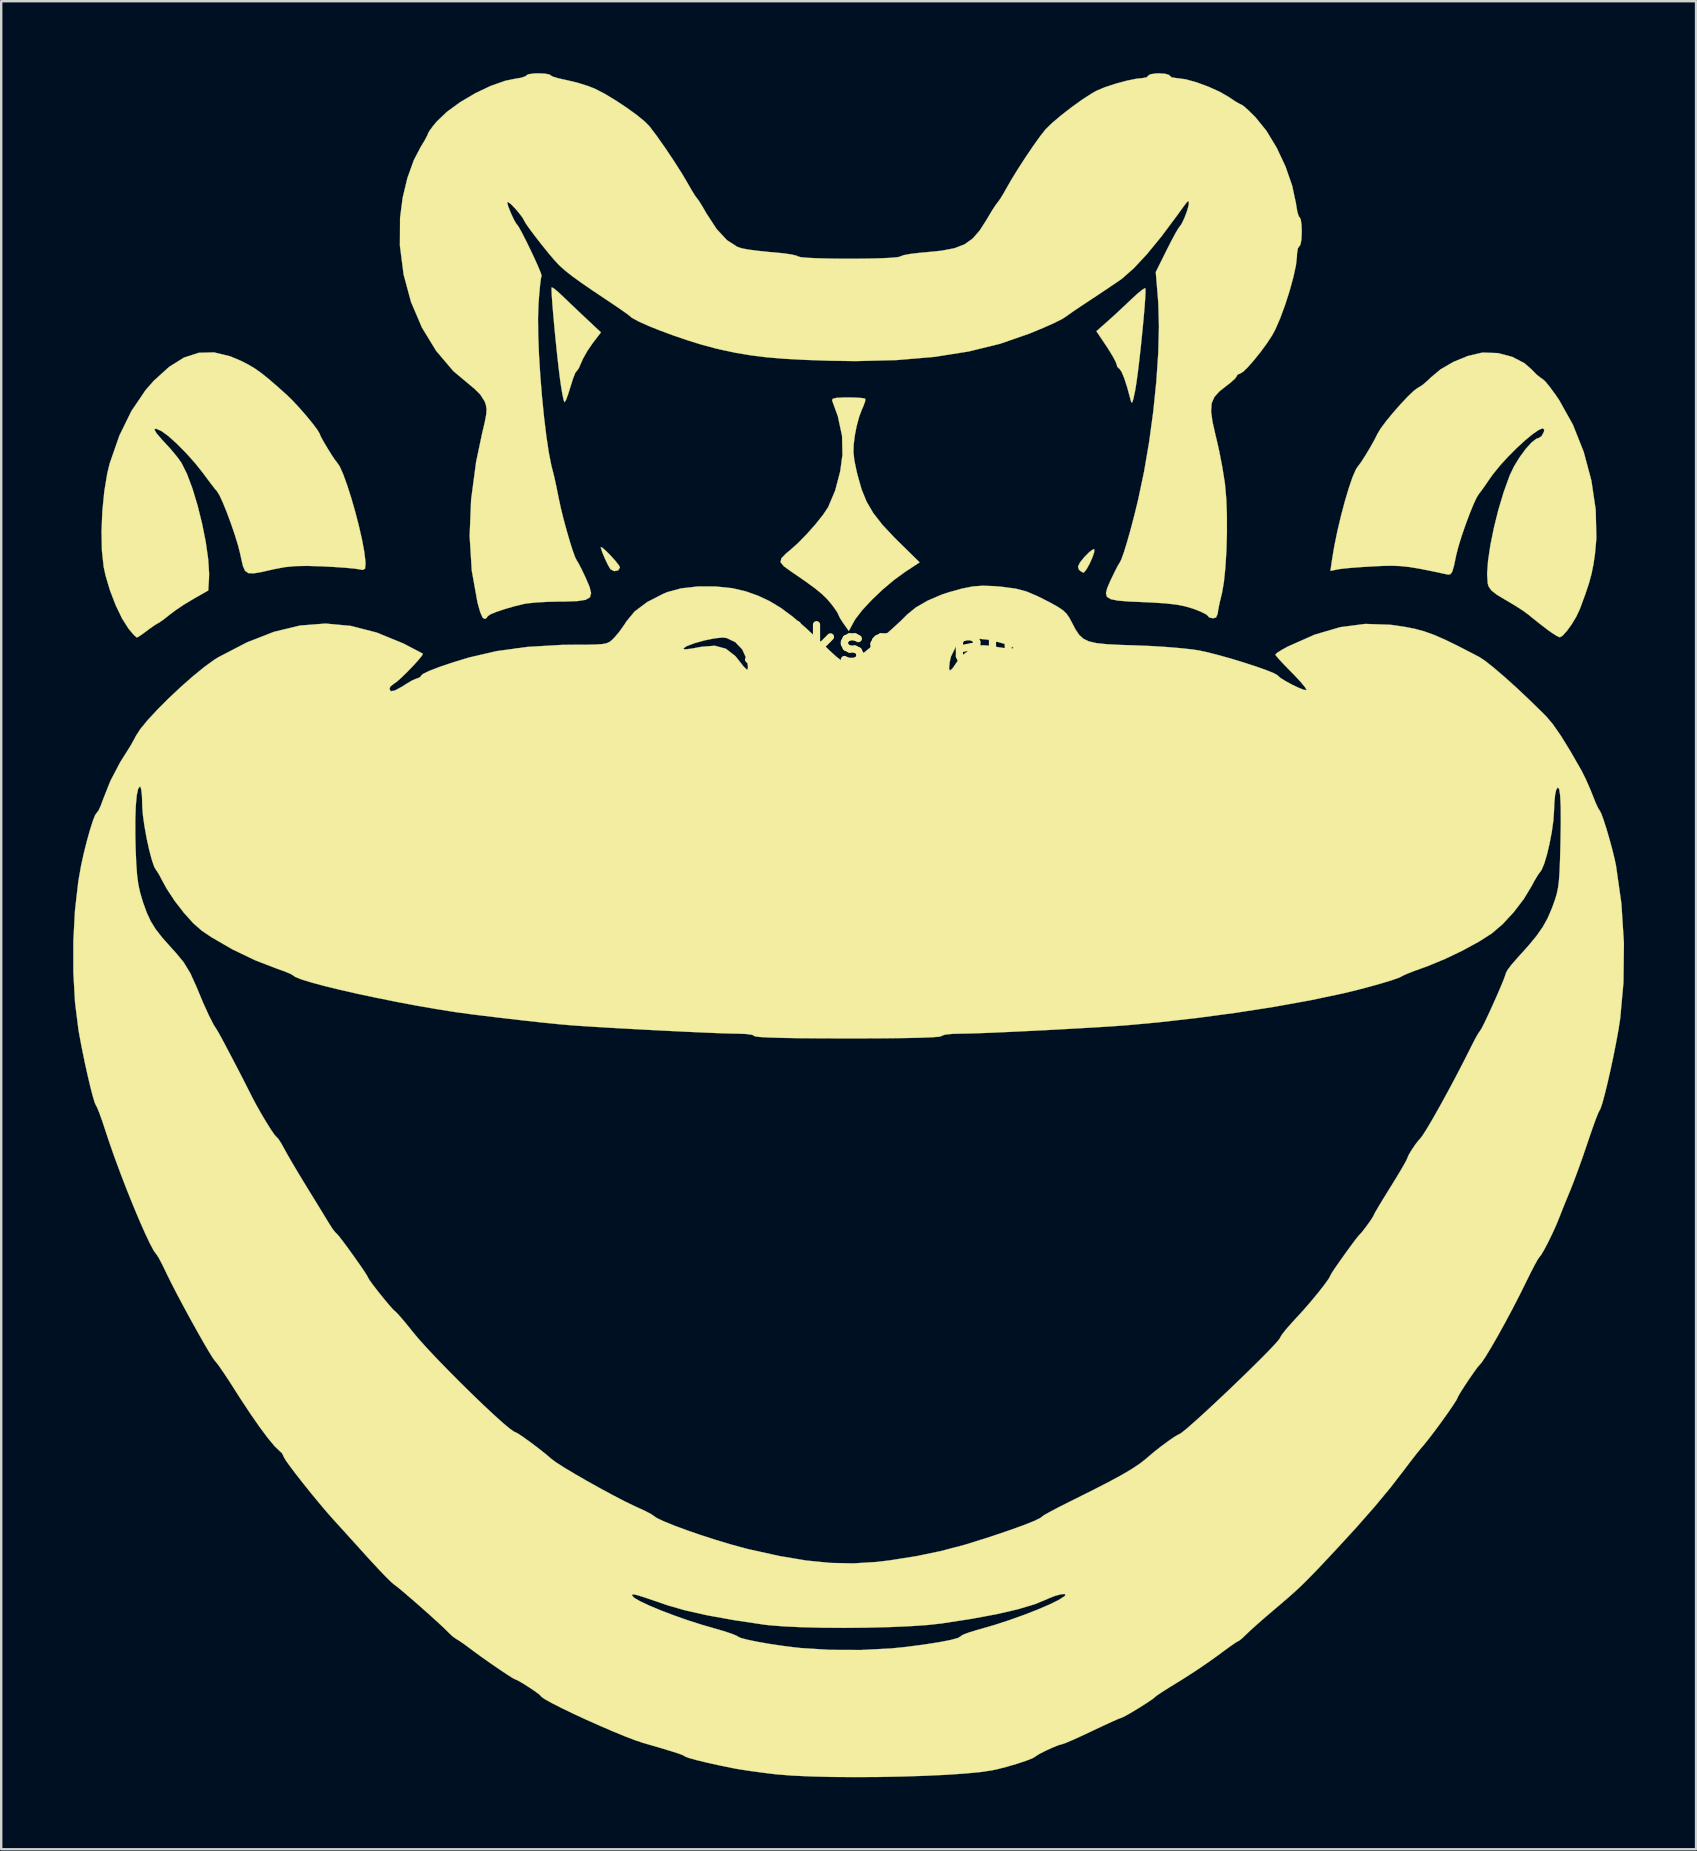
<source format=kicad_pcb>
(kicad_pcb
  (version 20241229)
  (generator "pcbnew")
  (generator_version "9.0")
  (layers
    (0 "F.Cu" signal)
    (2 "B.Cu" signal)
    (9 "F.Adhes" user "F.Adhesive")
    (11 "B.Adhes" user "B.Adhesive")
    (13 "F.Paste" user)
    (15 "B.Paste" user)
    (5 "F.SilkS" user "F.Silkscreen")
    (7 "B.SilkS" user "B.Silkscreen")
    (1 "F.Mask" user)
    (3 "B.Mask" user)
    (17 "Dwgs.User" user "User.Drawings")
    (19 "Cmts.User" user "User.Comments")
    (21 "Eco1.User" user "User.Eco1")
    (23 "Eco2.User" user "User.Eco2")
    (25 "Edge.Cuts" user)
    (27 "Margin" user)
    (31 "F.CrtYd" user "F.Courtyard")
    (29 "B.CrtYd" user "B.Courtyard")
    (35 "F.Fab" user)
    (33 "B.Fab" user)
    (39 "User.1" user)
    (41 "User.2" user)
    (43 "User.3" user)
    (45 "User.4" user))
  (footprint "silkscreen"
    (layer "F.Cu")
    (at 33.575 23.805)
    (property "Reference" "silkscreen" (at 0 0 0) (layer "F.SilkS") (effects (font (size 1.524 1.524) (thickness 0.3))))
    (attr through_hole)
    (fp_poly (pts (xy -11.538 -4.042) (xy -11.378 -3.902) (xy -11.2 -3.724) (xy -10.983 -3.483) (xy -10.838 -3.293) (xy -10.8 -3.215) (xy -10.877 -3.095) (xy -11.041 -3.064) (xy -11.191 -3.139) (xy -11.292 -3.305) (xy -11.417 -3.563) (xy -11.53 -3.831) (xy -11.595 -4.03) (xy -11.6 -4.067) (xy -11.538 -4.042)) (stroke (width 0.01) (type solid)) (fill yes) (layer "F.SilkS"))
    (fp_poly (pts (xy 8.954 -3.858) (xy 8.879 -3.636) (xy 8.763 -3.376) (xy 8.636 -3.146) (xy 8.53 -3.012) (xy 8.503 -3) (xy 8.379 -3.068) (xy 8.314 -3.133) (xy 8.279 -3.254) (xy 8.363 -3.428) (xy 8.547 -3.654) (xy 8.752 -3.86) (xy 8.906 -3.971) (xy 8.957 -3.976) (xy 8.954 -3.858)) (stroke (width 0.01) (type solid)) (fill yes) (layer "F.SilkS"))
    (fp_poly (pts (xy -13.56 -14.845) (xy -13.377 -14.694) (xy -13.178 -14.509) (xy -12.881 -14.223) (xy -12.517 -13.877) (xy -12.172 -13.552) (xy -11.593 -13.011) (xy -11.94 -12.557) (xy -12.162 -12.232) (xy -12.346 -11.904) (xy -12.413 -11.752) (xy -12.512 -11.524) (xy -12.595 -11.405) (xy -12.608 -11.4) (xy -12.667 -11.312) (xy -12.758 -11.08) (xy -12.86 -10.754) (xy -12.861 -10.75) (xy -12.963 -10.424) (xy -13.051 -10.191) (xy -13.107 -10.1) (xy -13.108 -10.1) (xy -13.146 -10.192) (xy -13.199 -10.439) (xy -13.259 -10.798) (xy -13.292 -11.025) (xy -13.351 -11.496) (xy -13.412 -12.038) (xy -13.472 -12.615) (xy -13.529 -13.194) (xy -13.578 -13.739) (xy -13.617 -14.215) (xy -13.643 -14.588) (xy -13.651 -14.824) (xy -13.645 -14.888) (xy -13.56 -14.845)) (stroke (width 0.01) (type solid)) (fill yes) (layer "F.SilkS"))
    (fp_poly (pts (xy 11.083 -14.851) (xy 11.092 -14.736) (xy 11.08 -14.459) (xy 11.051 -14.054) (xy 11.008 -13.555) (xy 10.955 -13) (xy 10.896 -12.421) (xy 10.833 -11.856) (xy 10.77 -11.339) (xy 10.711 -10.905) (xy 10.66 -10.59) (xy 10.652 -10.55) (xy 10.583 -10.232) (xy 10.537 -10.089) (xy 10.5 -10.1) (xy 10.457 -10.244) (xy 10.456 -10.25) (xy 10.331 -10.713) (xy 10.205 -11.101) (xy 10.091 -11.374) (xy 10.004 -11.497) (xy 9.992 -11.5) (xy 9.909 -11.581) (xy 9.9 -11.642) (xy 9.847 -11.789) (xy 9.707 -12.048) (xy 9.509 -12.367) (xy 9.473 -12.422) (xy 9.045 -13.059) (xy 9.494 -13.455) (xy 9.806 -13.736) (xy 10.175 -14.079) (xy 10.487 -14.376) (xy 10.753 -14.62) (xy 10.961 -14.789) (xy 11.075 -14.853) (xy 11.083 -14.851)) (stroke (width 0.01) (type solid)) (fill yes) (layer "F.SilkS"))
    (fp_poly (pts (xy -0.973 -10.293) (xy -0.706 -10.274) (xy -0.582 -10.248) (xy -0.581 -10.247) (xy -0.589 -10.134) (xy -0.671 -9.912) (xy -0.721 -9.804) (xy -0.836 -9.499) (xy -0.946 -9.089) (xy -1.021 -8.697) (xy -1.067 -8.32) (xy -1.074 -8.004) (xy -1.037 -7.674) (xy -0.95 -7.255) (xy -0.904 -7.066) (xy -0.734 -6.465) (xy -0.524 -5.952) (xy -0.246 -5.478) (xy 0.13 -4.997) (xy 0.632 -4.462) (xy 0.805 -4.29) (xy 1.681 -3.43) (xy 1.065 -3.025) (xy 0.609 -2.692) (xy 0.133 -2.29) (xy -0.32 -1.859) (xy -0.708 -1.441) (xy -0.989 -1.077) (xy -1.058 -0.961) (xy -1.267 -0.572) (xy -1.483 -0.876) (xy -1.625 -1.092) (xy -1.697 -1.237) (xy -1.7 -1.251) (xy -1.757 -1.364) (xy -1.903 -1.573) (xy -2.007 -1.709) (xy -2.187 -1.917) (xy -2.4 -2.123) (xy -2.68 -2.351) (xy -3.058 -2.627) (xy -3.567 -2.978) (xy -3.681 -3.055) (xy -3.98 -3.272) (xy -4.111 -3.437) (xy -4.078 -3.598) (xy -3.88 -3.802) (xy -3.701 -3.949) (xy -3.374 -4.243) (xy -3.007 -4.62) (xy -2.648 -5.026) (xy -2.341 -5.41) (xy -2.136 -5.717) (xy -2.127 -5.733) (xy -1.836 -6.421) (xy -1.627 -7.217) (xy -1.532 -7.913) (xy -1.549 -8.697) (xy -1.725 -9.517) (xy -1.964 -10.175) (xy -1.938 -10.244) (xy -1.772 -10.284) (xy -1.438 -10.299) (xy -1.325 -10.3) (xy -0.973 -10.293)) (stroke (width 0.01) (type solid)) (fill yes) (layer "F.SilkS"))
    (fp_poly (pts (xy -27.038 -12.014) (xy -26.598 -11.829) (xy -26.293 -11.674) (xy -26.019 -11.512) (xy -25.739 -11.315) (xy -25.415 -11.054) (xy -25.009 -10.701) (xy -24.673 -10.4) (xy -24.427 -10.159) (xy -24.145 -9.855) (xy -23.859 -9.527) (xy -23.602 -9.213) (xy -23.407 -8.953) (xy -23.307 -8.786) (xy -23.3 -8.759) (xy -23.251 -8.647) (xy -23.127 -8.425) (xy -22.964 -8.152) (xy -22.796 -7.884) (xy -22.659 -7.68) (xy -22.594 -7.6) (xy -22.477 -7.432) (xy -22.331 -7.105) (xy -22.168 -6.657) (xy -21.997 -6.124) (xy -21.83 -5.543) (xy -21.677 -4.952) (xy -21.548 -4.388) (xy -21.454 -3.888) (xy -21.405 -3.489) (xy -21.4 -3.368) (xy -21.419 -3.166) (xy -21.517 -3.114) (xy -21.675 -3.143) (xy -21.88 -3.173) (xy -22.235 -3.205) (xy -22.69 -3.237) (xy -23.196 -3.264) (xy -23.2 -3.264) (xy -23.837 -3.283) (xy -24.339 -3.273) (xy -24.767 -3.23) (xy -25.185 -3.151) (xy -25.2 -3.148) (xy -25.708 -3.033) (xy -26.055 -2.972) (xy -26.28 -2.982) (xy -26.418 -3.079) (xy -26.506 -3.279) (xy -26.58 -3.598) (xy -26.617 -3.777) (xy -26.708 -4.136) (xy -26.842 -4.572) (xy -27.003 -5.044) (xy -27.174 -5.506) (xy -27.339 -5.914) (xy -27.482 -6.224) (xy -27.586 -6.392) (xy -27.595 -6.4) (xy -27.678 -6.499) (xy -27.847 -6.719) (xy -28.072 -7.02) (xy -28.17 -7.152) (xy -28.496 -7.562) (xy -28.873 -7.983) (xy -29.259 -8.374) (xy -29.613 -8.692) (xy -29.894 -8.896) (xy -29.918 -8.909) (xy -30.132 -9.001) (xy -30.195 -8.966) (xy -30.109 -8.81) (xy -29.874 -8.537) (xy -29.8 -8.459) (xy -29.509 -8.141) (xy -29.248 -7.826) (xy -29.072 -7.584) (xy -28.84 -7.122) (xy -28.61 -6.51) (xy -28.395 -5.798) (xy -28.206 -5.038) (xy -28.055 -4.279) (xy -27.954 -3.572) (xy -27.915 -2.967) (xy -27.92 -2.763) (xy -27.95 -2.259) (xy -28.576 -1.904) (xy -28.954 -1.676) (xy -29.318 -1.432) (xy -29.559 -1.25) (xy -29.799 -1.059) (xy -29.988 -0.926) (xy -30.037 -0.9) (xy -30.186 -0.811) (xy -30.418 -0.647) (xy -30.513 -0.575) (xy -30.739 -0.409) (xy -30.895 -0.311) (xy -30.926 -0.3) (xy -31.016 -0.372) (xy -31.178 -0.555) (xy -31.275 -0.675) (xy -31.54 -1.092) (xy -31.805 -1.642) (xy -32.043 -2.261) (xy -32.228 -2.882) (xy -32.307 -3.247) (xy -32.379 -3.914) (xy -32.396 -4.705) (xy -32.362 -5.552) (xy -32.28 -6.388) (xy -32.155 -7.145) (xy -32.056 -7.55) (xy -31.653 -8.708) (xy -31.151 -9.733) (xy -30.562 -10.604) (xy -30.22 -10.994) (xy -29.582 -11.572) (xy -28.965 -11.959) (xy -28.348 -12.159) (xy -27.712 -12.176) (xy -27.038 -12.014)) (stroke (width 0.01) (type solid)) (fill yes) (layer "F.SilkS"))
    (fp_poly (pts (xy 25.773 -12.147) (xy 26.366 -11.991) (xy 26.88 -11.723) (xy 27.175 -11.463) (xy 27.389 -11.245) (xy 27.577 -11.098) (xy 27.62 -11.075) (xy 27.74 -10.97) (xy 27.934 -10.734) (xy 28.172 -10.409) (xy 28.326 -10.182) (xy 28.894 -9.164) (xy 29.344 -8.032) (xy 29.664 -6.835) (xy 29.844 -5.62) (xy 29.872 -4.435) (xy 29.815 -3.794) (xy 29.749 -3.345) (xy 29.67 -2.954) (xy 29.563 -2.56) (xy 29.412 -2.106) (xy 29.2 -1.531) (xy 29.177 -1.472) (xy 29.039 -1.177) (xy 28.851 -0.863) (xy 28.649 -0.581) (xy 28.469 -0.379) (xy 28.35 -0.308) (xy 28.221 -0.365) (xy 27.992 -0.512) (xy 27.8 -0.651) (xy 27.485 -0.894) (xy 27.187 -1.132) (xy 27.064 -1.235) (xy 26.834 -1.404) (xy 26.497 -1.623) (xy 26.123 -1.846) (xy 26.091 -1.864) (xy 25.724 -2.083) (xy 25.502 -2.257) (xy 25.386 -2.421) (xy 25.346 -2.55) (xy 25.32 -2.951) (xy 25.36 -3.497) (xy 25.457 -4.15) (xy 25.603 -4.87) (xy 25.789 -5.617) (xy 26.009 -6.35) (xy 26.254 -7.031) (xy 26.27 -7.072) (xy 26.448 -7.44) (xy 26.68 -7.816) (xy 26.934 -8.16) (xy 27.177 -8.428) (xy 27.377 -8.581) (xy 27.448 -8.6) (xy 27.585 -8.682) (xy 27.685 -8.864) (xy 27.7 -8.958) (xy 27.638 -9.015) (xy 27.467 -8.945) (xy 27.214 -8.77) (xy 26.903 -8.514) (xy 26.558 -8.198) (xy 26.206 -7.845) (xy 25.871 -7.479) (xy 25.578 -7.12) (xy 25.429 -6.914) (xy 25.23 -6.622) (xy 25.073 -6.402) (xy 24.992 -6.3) (xy 24.893 -6.148) (xy 24.753 -5.849) (xy 24.59 -5.449) (xy 24.419 -4.991) (xy 24.258 -4.521) (xy 24.123 -4.084) (xy 24.031 -3.724) (xy 24.023 -3.683) (xy 23.94 -3.288) (xy 23.872 -3.053) (xy 23.801 -2.943) (xy 23.709 -2.92) (xy 23.658 -2.928) (xy 22.992 -3.07) (xy 22.476 -3.172) (xy 22.062 -3.239) (xy 21.704 -3.276) (xy 21.357 -3.289) (xy 20.974 -3.282) (xy 20.611 -3.265) (xy 20.114 -3.236) (xy 19.66 -3.202) (xy 19.304 -3.168) (xy 19.122 -3.142) (xy 18.794 -3.076) (xy 18.856 -3.513) (xy 18.953 -4.093) (xy 19.081 -4.721) (xy 19.232 -5.359) (xy 19.394 -5.972) (xy 19.558 -6.523) (xy 19.714 -6.977) (xy 19.852 -7.297) (xy 19.937 -7.426) (xy 20.063 -7.593) (xy 20.245 -7.875) (xy 20.448 -8.213) (xy 20.634 -8.545) (xy 20.762 -8.8) (xy 20.894 -9.016) (xy 21.12 -9.318) (xy 21.405 -9.665) (xy 21.714 -10.016) (xy 22.011 -10.332) (xy 22.26 -10.571) (xy 22.426 -10.694) (xy 22.433 -10.696) (xy 22.634 -10.822) (xy 22.879 -11.034) (xy 22.964 -11.12) (xy 23.382 -11.471) (xy 23.926 -11.785) (xy 24.518 -12.027) (xy 25.085 -12.16) (xy 25.162 -12.168) (xy 25.773 -12.147)) (stroke (width 0.01) (type solid)) (fill yes) (layer "F.SilkS"))
    (fp_poly (pts (xy 11.918 -23.78) (xy 12.079 -23.73) (xy 12.1 -23.7) (xy 12.187 -23.631) (xy 12.401 -23.598) (xy 12.425 -23.598) (xy 12.775 -23.549) (xy 13.231 -23.421) (xy 13.725 -23.238) (xy 14.193 -23.026) (xy 14.567 -22.809) (xy 14.578 -22.801) (xy 14.833 -22.631) (xy 15.023 -22.522) (xy 15.081 -22.5) (xy 15.183 -22.433) (xy 15.381 -22.257) (xy 15.635 -22.008) (xy 15.668 -21.975) (xy 16.128 -21.406) (xy 16.556 -20.699) (xy 16.924 -19.915) (xy 17.201 -19.118) (xy 17.361 -18.369) (xy 17.365 -18.33) (xy 17.415 -18.035) (xy 17.475 -17.843) (xy 17.514 -17.8) (xy 17.559 -17.709) (xy 17.59 -17.473) (xy 17.6 -17.2) (xy 17.585 -16.88) (xy 17.545 -16.664) (xy 17.5 -16.6) (xy 17.438 -16.511) (xy 17.402 -16.287) (xy 17.398 -16.175) (xy 17.358 -15.81) (xy 17.251 -15.316) (xy 17.096 -14.748) (xy 16.907 -14.16) (xy 16.703 -13.604) (xy 16.5 -13.136) (xy 16.374 -12.9) (xy 16.154 -12.562) (xy 15.89 -12.202) (xy 15.616 -11.859) (xy 15.361 -11.569) (xy 15.158 -11.37) (xy 15.041 -11.3) (xy 14.914 -11.244) (xy 14.9 -11.201) (xy 14.825 -11.09) (xy 14.633 -10.916) (xy 14.475 -10.794) (xy 14.164 -10.548) (xy 13.957 -10.314) (xy 13.845 -10.053) (xy 13.822 -9.726) (xy 13.879 -9.295) (xy 14.009 -8.719) (xy 14.04 -8.598) (xy 14.167 -8.036) (xy 14.29 -7.394) (xy 14.387 -6.791) (xy 14.404 -6.662) (xy 14.455 -6.081) (xy 14.481 -5.397) (xy 14.482 -4.66) (xy 14.461 -3.918) (xy 14.418 -3.219) (xy 14.356 -2.612) (xy 14.276 -2.146) (xy 14.257 -2.07) (xy 14.172 -1.723) (xy 14.115 -1.431) (xy 14.1 -1.295) (xy 14.027 -1.131) (xy 13.9 -1.1) (xy 13.737 -1.138) (xy 13.7 -1.191) (xy 13.613 -1.267) (xy 13.385 -1.38) (xy 13.075 -1.5) (xy 12.739 -1.6) (xy 12.361 -1.673) (xy 11.896 -1.724) (xy 11.295 -1.761) (xy 11.026 -1.773) (xy 10.392 -1.8) (xy 9.938 -1.837) (xy 9.642 -1.897) (xy 9.484 -1.995) (xy 9.443 -2.145) (xy 9.497 -2.362) (xy 9.627 -2.661) (xy 9.659 -2.73) (xy 9.813 -3.048) (xy 9.937 -3.289) (xy 10.005 -3.4) (xy 10.006 -3.4) (xy 10.08 -3.54) (xy 10.189 -3.843) (xy 10.323 -4.278) (xy 10.474 -4.812) (xy 10.632 -5.414) (xy 10.787 -6.052) (xy 10.787 -6.052) (xy 11.032 -7.217) (xy 11.243 -8.452) (xy 11.414 -9.715) (xy 11.542 -10.964) (xy 11.622 -12.157) (xy 11.651 -13.252) (xy 11.625 -14.207) (xy 11.612 -14.386) (xy 11.518 -15.522) (xy 11.972 -16.436) (xy 12.169 -16.824) (xy 12.339 -17.14) (xy 12.46 -17.345) (xy 12.502 -17.4) (xy 12.596 -17.532) (xy 12.713 -17.778) (xy 12.82 -18.062) (xy 12.888 -18.305) (xy 12.897 -18.387) (xy 12.891 -18.467) (xy 12.862 -18.478) (xy 12.786 -18.398) (xy 12.639 -18.202) (xy 12.425 -17.905) (xy 11.761 -17.014) (xy 11.151 -16.269) (xy 10.603 -15.681) (xy 10.128 -15.262) (xy 10.02 -15.182) (xy 9.716 -14.976) (xy 9.317 -14.708) (xy 8.891 -14.425) (xy 8.75 -14.332) (xy 8.391 -14.094) (xy 8.09 -13.891) (xy 7.891 -13.752) (xy 7.841 -13.714) (xy 7.641 -13.58) (xy 7.309 -13.411) (xy 6.827 -13.196) (xy 6.25 -12.958) (xy 5.042 -12.538) (xy 3.73 -12.216) (xy 2.297 -11.989) (xy 0.728 -11.856) (xy -0.994 -11.813) (xy -2.098 -11.83) (xy -3.108 -11.865) (xy -3.959 -11.911) (xy -4.693 -11.972) (xy -5.352 -12.054) (xy -5.979 -12.159) (xy -6.614 -12.294) (xy -6.862 -12.353) (xy -7.388 -12.495) (xy -7.961 -12.672) (xy -8.548 -12.871) (xy -9.111 -13.079) (xy -9.615 -13.281) (xy -10.024 -13.465) (xy -10.302 -13.617) (xy -10.4 -13.698) (xy -10.5 -13.777) (xy -10.729 -13.939) (xy -11.05 -14.158) (xy -11.3 -14.326) (xy -11.926 -14.744) (xy -12.409 -15.076) (xy -12.778 -15.343) (xy -13.061 -15.565) (xy -13.284 -15.762) (xy -13.363 -15.839) (xy -13.549 -16.041) (xy -13.792 -16.328) (xy -14.061 -16.662) (xy -14.327 -17.003) (xy -14.559 -17.312) (xy -14.726 -17.551) (xy -14.799 -17.68) (xy -14.8 -17.686) (xy -14.861 -17.793) (xy -15.016 -17.995) (xy -15.148 -18.151) (xy -15.339 -18.35) (xy -15.466 -18.443) (xy -15.498 -18.428) (xy -15.458 -18.265) (xy -15.359 -18.01) (xy -15.237 -17.744) (xy -15.127 -17.547) (xy -15.087 -17.5) (xy -15.008 -17.385) (xy -14.873 -17.14) (xy -14.704 -16.808) (xy -14.521 -16.433) (xy -14.345 -16.058) (xy -14.197 -15.726) (xy -14.097 -15.482) (xy -14.066 -15.369) (xy -14.067 -15.366) (xy -14.094 -15.252) (xy -14.128 -14.98) (xy -14.164 -14.593) (xy -14.195 -14.183) (xy -14.214 -13.601) (xy -14.206 -12.887) (xy -14.174 -12.078) (xy -14.12 -11.215) (xy -14.049 -10.337) (xy -13.964 -9.483) (xy -13.868 -8.692) (xy -13.765 -8.003) (xy -13.657 -7.456) (xy -13.603 -7.25) (xy -13.543 -7.012) (xy -13.463 -6.646) (xy -13.376 -6.22) (xy -13.352 -6.1) (xy -13.265 -5.695) (xy -13.15 -5.229) (xy -13.019 -4.747) (xy -12.886 -4.289) (xy -12.762 -3.9) (xy -12.659 -3.622) (xy -12.594 -3.5) (xy -12.527 -3.391) (xy -12.402 -3.149) (xy -12.246 -2.824) (xy -12.227 -2.783) (xy -12.068 -2.412) (xy -12.003 -2.149) (xy -12.052 -1.973) (xy -12.234 -1.869) (xy -12.57 -1.817) (xy -13.078 -1.799) (xy -13.308 -1.798) (xy -13.802 -1.787) (xy -14.273 -1.761) (xy -14.652 -1.723) (xy -14.8 -1.698) (xy -15.195 -1.602) (xy -15.589 -1.488) (xy -15.936 -1.372) (xy -16.188 -1.269) (xy -16.298 -1.196) (xy -16.3 -1.19) (xy -16.378 -1.097) (xy -16.427 -1.072) (xy -16.52 -1.125) (xy -16.623 -1.359) (xy -16.736 -1.761) (xy -16.974 -3.092) (xy -17.062 -4.529) (xy -17.001 -6.046) (xy -16.793 -7.616) (xy -16.537 -8.825) (xy -16.429 -9.284) (xy -16.37 -9.598) (xy -16.357 -9.818) (xy -16.386 -9.992) (xy -16.437 -10.135) (xy -16.617 -10.418) (xy -16.873 -10.674) (xy -16.914 -10.704) (xy -17.744 -11.4) (xy -18.459 -12.243) (xy -19.049 -13.21) (xy -19.504 -14.277) (xy -19.813 -15.422) (xy -19.967 -16.621) (xy -19.961 -17.777) (xy -19.852 -18.62) (xy -19.654 -19.444) (xy -19.386 -20.188) (xy -19.104 -20.728) (xy -18.937 -21.003) (xy -18.827 -21.21) (xy -18.8 -21.285) (xy -18.74 -21.399) (xy -18.585 -21.609) (xy -18.439 -21.786) (xy -18.015 -22.192) (xy -17.461 -22.596) (xy -16.833 -22.968) (xy -16.186 -23.276) (xy -15.577 -23.491) (xy -15.189 -23.57) (xy -14.908 -23.619) (xy -14.731 -23.68) (xy -14.7 -23.714) (xy -14.61 -23.763) (xy -14.38 -23.794) (xy -14.2 -23.8) (xy -13.915 -23.786) (xy -13.734 -23.751) (xy -13.7 -23.723) (xy -13.61 -23.667) (xy -13.373 -23.595) (xy -13.039 -23.521) (xy -13.025 -23.518) (xy -12.578 -23.412) (xy -12.122 -23.269) (xy -11.839 -23.157) (xy -11.444 -22.953) (xy -10.99 -22.68) (xy -10.526 -22.373) (xy -10.101 -22.065) (xy -9.763 -21.789) (xy -9.579 -21.603) (xy -9.273 -21.2) (xy -8.915 -20.691) (xy -8.548 -20.143) (xy -8.218 -19.625) (xy -7.997 -19.25) (xy -7.82 -18.942) (xy -7.676 -18.708) (xy -7.595 -18.6) (xy -7.595 -18.6) (xy -7.515 -18.493) (xy -7.37 -18.261) (xy -7.196 -17.961) (xy -6.778 -17.32) (xy -6.346 -16.853) (xy -5.91 -16.572) (xy -5.75 -16.517) (xy -5.469 -16.462) (xy -5.059 -16.407) (xy -4.592 -16.358) (xy -4.4 -16.343) (xy -3.983 -16.303) (xy -3.645 -16.253) (xy -3.433 -16.202) (xy -3.387 -16.175) (xy -3.27 -16.142) (xy -2.99 -16.116) (xy -2.582 -16.097) (xy -2.084 -16.084) (xy -1.531 -16.078) (xy -0.961 -16.078) (xy -0.409 -16.084) (xy 0.088 -16.097) (xy 0.495 -16.117) (xy 0.773 -16.143) (xy 0.887 -16.175) (xy 1.008 -16.224) (xy 1.282 -16.276) (xy 1.661 -16.322) (xy 1.9 -16.343) (xy 2.597 -16.412) (xy 3.135 -16.516) (xy 3.553 -16.677) (xy 3.89 -16.917) (xy 4.187 -17.258) (xy 4.483 -17.721) (xy 4.514 -17.775) (xy 4.695 -18.079) (xy 4.853 -18.321) (xy 4.933 -18.425) (xy 5.047 -18.583) (xy 5.206 -18.845) (xy 5.292 -19) (xy 5.512 -19.384) (xy 5.797 -19.846) (xy 6.114 -20.334) (xy 6.43 -20.8) (xy 6.711 -21.192) (xy 6.924 -21.462) (xy 7.195 -21.728) (xy 7.583 -22.056) (xy 8.03 -22.402) (xy 8.482 -22.725) (xy 8.883 -22.982) (xy 9.05 -23.074) (xy 9.398 -23.221) (xy 9.838 -23.366) (xy 10.3 -23.491) (xy 10.71 -23.575) (xy 10.958 -23.6) (xy 11.142 -23.635) (xy 11.2 -23.7) (xy 11.289 -23.76) (xy 11.516 -23.795) (xy 11.65 -23.8) (xy 11.918 -23.78)) (stroke (width 0.01) (type solid)) (fill yes) (layer "F.SilkS"))
    (fp_poly (pts (xy 4.785 -2.44) (xy 5.113 -2.412) (xy 5.68 -2.336) (xy 6.142 -2.214) (xy 6.594 -2.021) (xy 6.613 -2.012) (xy 7.093 -1.769) (xy 7.428 -1.584) (xy 7.655 -1.432) (xy 7.808 -1.283) (xy 7.925 -1.111) (xy 8.017 -0.937) (xy 8.173 -0.639) (xy 8.323 -0.415) (xy 8.498 -0.252) (xy 8.728 -0.139) (xy 9.044 -0.066) (xy 9.476 -0.02) (xy 10.054 0.009) (xy 10.617 0.027) (xy 11.277 0.053) (xy 11.939 0.094) (xy 12.547 0.144) (xy 13.048 0.198) (xy 13.309 0.238) (xy 13.694 0.321) (xy 14.163 0.442) (xy 14.678 0.587) (xy 15.198 0.746) (xy 15.687 0.905) (xy 16.106 1.053) (xy 16.416 1.176) (xy 16.578 1.265) (xy 16.59 1.277) (xy 16.712 1.384) (xy 16.936 1.523) (xy 17.209 1.67) (xy 17.478 1.798) (xy 17.692 1.88) (xy 17.797 1.891) (xy 17.8 1.882) (xy 17.733 1.767) (xy 17.554 1.55) (xy 17.295 1.271) (xy 17.15 1.124) (xy 16.865 0.833) (xy 16.643 0.594) (xy 16.517 0.443) (xy 16.5 0.41) (xy 16.582 0.332) (xy 16.794 0.2) (xy 17.025 0.074) (xy 18.137 -0.419) (xy 19.202 -0.731) (xy 20.242 -0.866) (xy 21.283 -0.831) (xy 21.412 -0.815) (xy 21.891 -0.744) (xy 22.309 -0.662) (xy 22.703 -0.555) (xy 23.11 -0.409) (xy 23.567 -0.21) (xy 24.114 0.057) (xy 24.786 0.404) (xy 24.997 0.514) (xy 25.247 0.68) (xy 25.608 0.967) (xy 26.055 1.35) (xy 26.561 1.806) (xy 27.098 2.313) (xy 27.641 2.845) (xy 27.8 3.005) (xy 28.068 3.324) (xy 28.398 3.801) (xy 28.794 4.445) (xy 29.252 5.244) (xy 29.427 5.593) (xy 29.613 6.014) (xy 29.713 6.265) (xy 29.838 6.579) (xy 29.945 6.811) (xy 30.004 6.9) (xy 30.069 7.019) (xy 30.168 7.287) (xy 30.288 7.658) (xy 30.414 8.089) (xy 30.535 8.533) (xy 30.635 8.946) (xy 30.689 9.2) (xy 30.914 10.786) (xy 31.019 12.434) (xy 31 14.072) (xy 30.863 15.579) (xy 30.793 16.029) (xy 30.697 16.556) (xy 30.585 17.124) (xy 30.463 17.697) (xy 30.34 18.24) (xy 30.223 18.717) (xy 30.121 19.093) (xy 30.041 19.332) (xy 30.003 19.4) (xy 29.948 19.508) (xy 29.844 19.771) (xy 29.707 20.151) (xy 29.548 20.613) (xy 29.502 20.75) (xy 29.313 21.306) (xy 29.113 21.866) (xy 28.927 22.366) (xy 28.779 22.742) (xy 28.775 22.75) (xy 28.607 23.156) (xy 28.449 23.547) (xy 28.335 23.84) (xy 28.335 23.84) (xy 28.205 24.16) (xy 28.038 24.528) (xy 27.859 24.895) (xy 27.692 25.212) (xy 27.562 25.43) (xy 27.505 25.498) (xy 27.43 25.605) (xy 27.292 25.853) (xy 27.113 26.201) (xy 26.966 26.5) (xy 26.686 27.066) (xy 26.383 27.654) (xy 26.072 28.236) (xy 25.771 28.782) (xy 25.495 29.261) (xy 25.263 29.645) (xy 25.089 29.904) (xy 25.004 30) (xy 24.915 30.104) (xy 24.757 30.322) (xy 24.564 30.602) (xy 24.37 30.894) (xy 24.208 31.148) (xy 24.112 31.313) (xy 24.1 31.346) (xy 24.043 31.462) (xy 23.892 31.698) (xy 23.672 32.017) (xy 23.412 32.381) (xy 23.139 32.751) (xy 22.88 33.09) (xy 22.663 33.359) (xy 22.584 33.45) (xy 22.441 33.622) (xy 22.221 33.903) (xy 21.963 34.241) (xy 21.882 34.35) (xy 21.296 35.108) (xy 20.635 35.905) (xy 19.871 36.773) (xy 19.215 37.489) (xy 18.686 38.057) (xy 18.262 38.507) (xy 17.913 38.867) (xy 17.61 39.168) (xy 17.323 39.438) (xy 17.021 39.706) (xy 16.676 40.002) (xy 16.501 40.15) (xy 16.107 40.486) (xy 15.745 40.803) (xy 15.455 41.063) (xy 15.286 41.225) (xy 15.101 41.402) (xy 14.977 41.496) (xy 14.963 41.5) (xy 14.863 41.556) (xy 14.642 41.707) (xy 14.337 41.928) (xy 14.128 42.083) (xy 13.674 42.408) (xy 13.14 42.77) (xy 12.617 43.105) (xy 12.45 43.208) (xy 12.072 43.44) (xy 11.76 43.639) (xy 11.553 43.779) (xy 11.49 43.831) (xy 11.379 43.922) (xy 11.151 44.076) (xy 10.859 44.263) (xy 10.554 44.448) (xy 10.288 44.601) (xy 10.115 44.69) (xy 10.081 44.7) (xy 9.969 44.741) (xy 9.714 44.853) (xy 9.352 45.019) (xy 8.92 45.223) (xy 8.863 45.25) (xy 8.421 45.458) (xy 8.04 45.63) (xy 7.759 45.75) (xy 7.616 45.799) (xy 7.61 45.8) (xy 7.462 45.841) (xy 7.209 45.944) (xy 6.92 46.077) (xy 6.665 46.207) (xy 6.513 46.303) (xy 6.5 46.316) (xy 6.371 46.39) (xy 6.098 46.495) (xy 5.732 46.616) (xy 5.325 46.736) (xy 4.926 46.838) (xy 4.7 46.887) (xy 4.211 46.96) (xy 3.555 47.022) (xy 2.767 47.075) (xy 1.88 47.116) (xy 0.927 47.146) (xy -0.057 47.165) (xy -1.039 47.17) (xy -1.986 47.163) (xy -2.863 47.141) (xy -3.638 47.106) (xy -4.276 47.055) (xy -4.369 47.045) (xy -4.894 46.98) (xy -5.414 46.909) (xy -5.855 46.841) (xy -6.069 46.802) (xy -6.651 46.683) (xy -7.178 46.566) (xy -7.616 46.46) (xy -7.931 46.372) (xy -8.09 46.311) (xy -8.1 46.303) (xy -8.171 46.26) (xy -8.347 46.193) (xy -8.647 46.096) (xy -9.093 45.961) (xy -9.708 45.782) (xy -9.833 45.746) (xy -10.164 45.636) (xy -10.597 45.47) (xy -11.102 45.262) (xy -11.649 45.026) (xy -12.207 44.777) (xy -12.745 44.528) (xy -13.232 44.293) (xy -13.638 44.086) (xy -13.933 43.922) (xy -14.085 43.814) (xy -14.099 43.79) (xy -14.176 43.715) (xy -14.369 43.575) (xy -14.621 43.406) (xy -14.876 43.247) (xy -15.076 43.133) (xy -15.16 43.1) (xy -15.265 43.046) (xy -15.493 42.902) (xy -15.804 42.695) (xy -16.158 42.452) (xy -16.517 42.2) (xy -16.84 41.966) (xy -17 41.846) (xy -17.275 41.642) (xy -17.502 41.486) (xy -17.596 41.431) (xy -17.769 41.31) (xy -17.946 41.143) (xy -18.122 40.968) (xy -18.399 40.71) (xy -18.743 40.399) (xy -19.116 40.067) (xy -19.486 39.744) (xy -19.654 39.6) (xy -10.3 39.6) (xy -10.209 39.7) (xy -9.958 39.846) (xy -9.576 40.026) (xy -9.095 40.227) (xy -8.545 40.436) (xy -7.957 40.643) (xy -7.36 40.833) (xy -6.912 40.962) (xy -6.499 41.082) (xy -6.162 41.192) (xy -5.947 41.278) (xy -5.893 41.314) (xy -5.768 41.374) (xy -5.483 41.449) (xy -5.075 41.533) (xy -4.583 41.619) (xy -4.043 41.7) (xy -3.495 41.769) (xy -3.25 41.795) (xy -2.037 41.87) (xy -0.753 41.875) (xy 0.499 41.81) (xy 1.103 41.749) (xy 1.864 41.649) (xy 2.489 41.551) (xy 2.964 41.46) (xy 3.272 41.376) (xy 3.398 41.305) (xy 3.4 41.295) (xy 3.49 41.238) (xy 3.729 41.148) (xy 4.073 41.042) (xy 4.225 41) (xy 4.827 40.825) (xy 5.448 40.621) (xy 6.057 40.403) (xy 6.62 40.183) (xy 7.105 39.974) (xy 7.478 39.789) (xy 7.708 39.642) (xy 7.756 39.59) (xy 7.725 39.541) (xy 7.561 39.555) (xy 7.318 39.622) (xy 7.049 39.729) (xy 7 39.753) (xy 6.473 39.97) (xy 5.775 40.178) (xy 4.899 40.381) (xy 3.838 40.578) (xy 2.6 40.769) (xy 2.013 40.834) (xy 1.274 40.884) (xy 0.424 40.921) (xy -0.493 40.944) (xy -1.436 40.953) (xy -2.363 40.947) (xy -3.232 40.926) (xy -4 40.89) (xy -4.625 40.839) (xy -4.8 40.818) (xy -6.066 40.628) (xy -7.167 40.429) (xy -8.092 40.222) (xy -8.83 40.009) (xy -8.894 39.987) (xy -9.437 39.799) (xy -9.82 39.671) (xy -10.069 39.594) (xy -10.214 39.56) (xy -10.282 39.563) (xy -10.3 39.593) (xy -10.3 39.6) (xy -19.654 39.6) (xy -19.815 39.462) (xy -20.068 39.252) (xy -20.211 39.145) (xy -20.214 39.143) (xy -20.336 39.039) (xy -20.563 38.814) (xy -20.868 38.495) (xy -21.223 38.113) (xy -21.416 37.9) (xy -21.8 37.475) (xy -22.158 37.079) (xy -22.459 36.747) (xy -22.672 36.513) (xy -22.729 36.45) (xy -23.002 36.142) (xy -23.32 35.766) (xy -23.659 35.355) (xy -23.993 34.939) (xy -24.299 34.548) (xy -24.551 34.214) (xy -24.726 33.968) (xy -24.799 33.841) (xy -24.8 33.835) (xy -24.874 33.684) (xy -24.983 33.581) (xy -25.184 33.388) (xy -25.468 33.046) (xy -25.817 32.577) (xy -26.214 32.005) (xy -26.643 31.354) (xy -26.815 31.083) (xy -27.088 30.656) (xy -27.334 30.286) (xy -27.526 30.01) (xy -27.643 29.862) (xy -27.654 29.852) (xy -27.747 29.729) (xy -27.915 29.46) (xy -28.14 29.078) (xy -28.403 28.614) (xy -28.688 28.101) (xy -28.976 27.57) (xy -29.251 27.053) (xy -29.493 26.583) (xy -29.686 26.192) (xy -29.705 26.15) (xy -29.87 25.811) (xy -30.009 25.547) (xy -30.095 25.408) (xy -30.104 25.4) (xy -30.213 25.255) (xy -30.377 24.949) (xy -30.585 24.51) (xy -30.825 23.966) (xy -31.085 23.345) (xy -31.355 22.674) (xy -31.621 21.981) (xy -31.874 21.295) (xy -32.101 20.642) (xy -32.214 20.3) (xy -32.356 19.871) (xy -32.483 19.515) (xy -32.58 19.275) (xy -32.626 19.193) (xy -32.681 19.073) (xy -32.764 18.792) (xy -32.869 18.386) (xy -32.985 17.891) (xy -33.105 17.343) (xy -33.221 16.777) (xy -33.324 16.229) (xy -33.355 16.05) (xy -33.499 14.909) (xy -33.57 13.651) (xy -33.57 12.344) (xy -33.5 11.053) (xy -33.361 9.845) (xy -33.247 9.2) (xy -33.134 8.685) (xy -33.007 8.181) (xy -32.879 7.723) (xy -32.76 7.349) (xy -32.737 7.289) (xy -30.989 7.289) (xy -30.988 7.99) (xy -30.976 8.481) (xy -30.95 9.11) (xy -30.915 9.592) (xy -30.864 9.98) (xy -30.788 10.327) (xy -30.682 10.684) (xy -30.661 10.75) (xy -30.509 11.17) (xy -30.345 11.521) (xy -30.14 11.851) (xy -29.862 12.208) (xy -29.479 12.638) (xy -29.323 12.808) (xy -28.976 13.226) (xy -28.696 13.687) (xy -28.437 14.261) (xy -28.167 14.908) (xy -27.926 15.44) (xy -27.726 15.832) (xy -27.594 16.039) (xy -27.521 16.161) (xy -27.375 16.427) (xy -27.175 16.804) (xy -26.937 17.257) (xy -26.679 17.752) (xy -26.42 18.256) (xy -26.178 18.735) (xy -26.12 18.85) (xy -25.948 19.174) (xy -25.744 19.535) (xy -25.533 19.89) (xy -25.34 20.197) (xy -25.191 20.414) (xy -25.113 20.5) (xy -25.112 20.5) (xy -25.033 20.581) (xy -24.9 20.789) (xy -24.798 20.975) (xy -24.649 21.244) (xy -24.425 21.631) (xy -24.153 22.088) (xy -23.864 22.563) (xy -23.841 22.6) (xy -23.557 23.062) (xy -23.29 23.497) (xy -23.07 23.858) (xy -22.923 24.099) (xy -22.912 24.118) (xy -22.76 24.352) (xy -22.641 24.499) (xy -22.616 24.518) (xy -22.533 24.607) (xy -22.367 24.818) (xy -22.148 25.112) (xy -21.907 25.446) (xy -21.672 25.778) (xy -21.473 26.068) (xy -21.339 26.275) (xy -21.3 26.353) (xy -21.241 26.458) (xy -21.087 26.671) (xy -20.875 26.945) (xy -20.639 27.238) (xy -20.416 27.505) (xy -20.242 27.7) (xy -20.16 27.775) (xy -20.048 27.883) (xy -19.849 28.111) (xy -19.596 28.418) (xy -19.452 28.6) (xy -19.194 28.909) (xy -18.846 29.296) (xy -18.428 29.74) (xy -17.962 30.22) (xy -17.472 30.714) (xy -16.977 31.201) (xy -16.501 31.659) (xy -16.064 32.068) (xy -15.689 32.406) (xy -15.397 32.651) (xy -15.21 32.783) (xy -15.164 32.8) (xy -15.052 32.857) (xy -14.827 33.007) (xy -14.535 33.218) (xy -14.219 33.456) (xy -13.924 33.689) (xy -13.693 33.884) (xy -13.667 33.908) (xy -13.472 34.053) (xy -13.136 34.269) (xy -12.695 34.534) (xy -12.185 34.828) (xy -11.642 35.131) (xy -11.103 35.422) (xy -10.604 35.681) (xy -10.182 35.887) (xy -10.053 35.945) (xy -9.739 36.091) (xy -9.503 36.214) (xy -9.403 36.282) (xy -9.259 36.382) (xy -8.955 36.524) (xy -8.525 36.698) (xy -8.001 36.892) (xy -7.416 37.093) (xy -6.803 37.291) (xy -6.195 37.474) (xy -5.625 37.631) (xy -5.4 37.687) (xy -4.157 37.961) (xy -3.05 38.147) (xy -2.036 38.248) (xy -1.071 38.267) (xy -0.113 38.208) (xy 0.422 38.144) (xy 1.547 37.966) (xy 2.576 37.752) (xy 3.6 37.481) (xy 4.625 37.159) (xy 5.416 36.891) (xy 6.021 36.674) (xy 6.449 36.503) (xy 6.709 36.376) (xy 6.8 36.304) (xy 6.903 36.235) (xy 7.153 36.097) (xy 7.514 35.908) (xy 7.953 35.687) (xy 8.1 35.614) (xy 8.921 35.204) (xy 9.584 34.863) (xy 10.111 34.577) (xy 10.525 34.332) (xy 10.852 34.114) (xy 11.113 33.91) (xy 11.2 33.834) (xy 11.442 33.628) (xy 11.735 33.398) (xy 12.032 33.178) (xy 12.286 33.003) (xy 12.448 32.907) (xy 12.476 32.898) (xy 12.588 32.83) (xy 12.819 32.643) (xy 13.146 32.357) (xy 13.545 31.995) (xy 13.995 31.578) (xy 14.473 31.128) (xy 14.956 30.666) (xy 15.421 30.214) (xy 15.847 29.793) (xy 16.21 29.426) (xy 16.488 29.133) (xy 16.658 28.936) (xy 16.701 28.863) (xy 16.767 28.746) (xy 16.942 28.523) (xy 17.196 28.233) (xy 17.366 28.05) (xy 17.678 27.708) (xy 17.998 27.338) (xy 18.299 26.974) (xy 18.551 26.65) (xy 18.727 26.403) (xy 18.8 26.266) (xy 18.8 26.26) (xy 18.854 26.164) (xy 18.997 25.949) (xy 19.198 25.661) (xy 19.425 25.341) (xy 19.649 25.033) (xy 19.838 24.78) (xy 19.961 24.625) (xy 19.986 24.6) (xy 20.09 24.487) (xy 20.249 24.284) (xy 20.417 24.054) (xy 20.549 23.857) (xy 20.6 23.758) (xy 20.65 23.658) (xy 20.788 23.421) (xy 20.992 23.083) (xy 21.245 22.674) (xy 21.3 22.586) (xy 21.56 22.164) (xy 21.777 21.801) (xy 21.929 21.532) (xy 21.998 21.39) (xy 22 21.38) (xy 22.053 21.254) (xy 22.18 21.041) (xy 22.336 20.811) (xy 22.473 20.637) (xy 22.51 20.6) (xy 22.623 20.457) (xy 22.811 20.162) (xy 23.058 19.743) (xy 23.35 19.227) (xy 23.671 18.642) (xy 24.006 18.015) (xy 24.339 17.373) (xy 24.657 16.743) (xy 24.678 16.7) (xy 24.832 16.401) (xy 24.958 16.181) (xy 25.019 16.098) (xy 25.089 15.987) (xy 25.216 15.735) (xy 25.382 15.385) (xy 25.566 14.983) (xy 25.749 14.57) (xy 25.912 14.191) (xy 26.034 13.89) (xy 26.096 13.71) (xy 26.1 13.685) (xy 26.164 13.559) (xy 26.331 13.336) (xy 26.567 13.065) (xy 26.575 13.056) (xy 27.037 12.544) (xy 27.382 12.125) (xy 27.639 11.757) (xy 27.839 11.397) (xy 28.009 11.003) (xy 28.04 10.921) (xy 28.143 10.637) (xy 28.22 10.385) (xy 28.274 10.127) (xy 28.313 9.823) (xy 28.339 9.434) (xy 28.359 8.923) (xy 28.376 8.275) (xy 28.39 7.411) (xy 28.386 6.746) (xy 28.364 6.28) (xy 28.323 6.013) (xy 28.264 5.943) (xy 28.196 6.05) (xy 28.153 6.25) (xy 28.121 6.577) (xy 28.107 6.929) (xy 28.08 7.325) (xy 28.015 7.792) (xy 27.922 8.281) (xy 27.813 8.742) (xy 27.698 9.125) (xy 27.589 9.381) (xy 27.547 9.439) (xy 27.433 9.596) (xy 27.275 9.862) (xy 27.172 10.058) (xy 26.849 10.591) (xy 26.428 11.142) (xy 25.965 11.642) (xy 25.518 12.024) (xy 25.514 12.027) (xy 24.97 12.374) (xy 24.303 12.737) (xy 23.581 13.083) (xy 22.875 13.377) (xy 22.65 13.459) (xy 22.28 13.592) (xy 21.987 13.706) (xy 21.82 13.782) (xy 21.8 13.795) (xy 21.667 13.864) (xy 21.375 13.967) (xy 20.96 14.095) (xy 20.456 14.237) (xy 19.9 14.383) (xy 19.327 14.522) (xy 19.25 14.539) (xy 17.924 14.818) (xy 16.447 15.084) (xy 14.869 15.33) (xy 13.239 15.548) (xy 11.607 15.732) (xy 10.35 15.848) (xy 9.878 15.883) (xy 9.269 15.923) (xy 8.559 15.965) (xy 7.783 16.009) (xy 6.974 16.053) (xy 6.168 16.093) (xy 5.401 16.13) (xy 4.705 16.161) (xy 4.117 16.183) (xy 3.672 16.197) (xy 3.475 16.199) (xy 3.053 16.21) (xy 2.752 16.24) (xy 2.608 16.285) (xy 2.6 16.3) (xy 2.501 16.328) (xy 2.206 16.352) (xy 1.721 16.371) (xy 1.049 16.385) (xy 0.196 16.395) (xy -0.835 16.4) (xy -1.3 16.4) (xy -2.401 16.397) (xy -3.326 16.39) (xy -4.072 16.377) (xy -4.633 16.36) (xy -5.005 16.338) (xy -5.184 16.312) (xy -5.2 16.3) (xy -5.293 16.25) (xy -5.547 16.215) (xy -5.922 16.2) (xy -5.975 16.2) (xy -6.28 16.194) (xy -6.752 16.178) (xy -7.356 16.153) (xy -8.059 16.121) (xy -8.828 16.084) (xy -9.629 16.043) (xy -10.429 16) (xy -11.194 15.957) (xy -11.891 15.915) (xy -12.486 15.877) (xy -12.9 15.847) (xy -13.41 15.802) (xy -14.085 15.733) (xy -14.891 15.644) (xy -15.794 15.54) (xy -16.76 15.423) (xy -17 15.393) (xy -17.697 15.297) (xy -18.462 15.175) (xy -19.272 15.034) (xy -20.1 14.878) (xy -20.922 14.713) (xy -21.713 14.545) (xy -22.448 14.378) (xy -23.102 14.218) (xy -23.65 14.071) (xy -24.068 13.943) (xy -24.329 13.837) (xy -24.405 13.782) (xy -24.523 13.711) (xy -24.774 13.606) (xy -25.055 13.507) (xy -25.99 13.148) (xy -26.943 12.69) (xy -27.826 12.179) (xy -28.223 11.91) (xy -28.572 11.603) (xy -28.961 11.172) (xy -29.346 10.674) (xy -29.68 10.167) (xy -29.854 9.85) (xy -29.987 9.596) (xy -30.09 9.428) (xy -30.115 9.4) (xy -30.202 9.249) (xy -30.305 8.946) (xy -30.413 8.535) (xy -30.516 8.064) (xy -30.604 7.578) (xy -30.669 7.122) (xy -30.699 6.743) (xy -30.7 6.675) (xy -30.711 6.31) (xy -30.74 6.037) (xy -30.782 5.905) (xy -30.793 5.9) (xy -30.869 5.996) (xy -30.929 6.273) (xy -30.969 6.71) (xy -30.989 7.289) (xy -32.737 7.289) (xy -32.662 7.096) (xy -32.595 7) (xy -32.593 7) (xy -32.523 6.913) (xy -32.421 6.689) (xy -32.344 6.475) (xy -32.028 5.678) (xy -31.619 4.895) (xy -31.401 4.55) (xy -31.194 4.221) (xy -31.007 3.887) (xy -30.964 3.8) (xy -30.782 3.517) (xy -30.474 3.142) (xy -30.069 2.705) (xy -29.6 2.235) (xy -29.097 1.763) (xy -28.592 1.318) (xy -28.116 0.929) (xy -27.7 0.628) (xy -27.53 0.522) (xy -26.336 -0.098) (xy -25.208 -0.538) (xy -24.125 -0.799) (xy -23.066 -0.881) (xy -22.011 -0.783) (xy -20.937 -0.507) (xy -19.826 -0.053) (xy -19.012 0.372) (xy -19.046 0.452) (xy -19.189 0.63) (xy -19.403 0.866) (xy -19.65 1.123) (xy -19.894 1.361) (xy -20.096 1.541) (xy -20.214 1.622) (xy -20.368 1.747) (xy -20.4 1.844) (xy -20.347 1.939) (xy -20.178 1.909) (xy -19.881 1.749) (xy -19.702 1.633) (xy -19.454 1.486) (xy -19.262 1.406) (xy -19.227 1.4) (xy -19.109 1.342) (xy -19.1 1.307) (xy -19.007 1.218) (xy -18.74 1.089) (xy -18.323 0.928) (xy -17.775 0.743) (xy -17.119 0.542) (xy -17.103 0.537) (xy -15.949 0.269) (xy -15.202 0.167) (xy -8.165 0.167) (xy -8.093 0.194) (xy -7.84 0.167) (xy -7.406 0.087) (xy -6.849 0.043) (xy -6.387 0.168) (xy -5.997 0.471) (xy -5.829 0.682) (xy -5.655 0.904) (xy -5.524 1.029) (xy -5.485 1.039) (xy -5.478 0.994) (xy 2.907 0.994) (xy 2.945 1.08) (xy 3.054 0.986) (xy 3.24 0.715) (xy 3.49 0.42) (xy 3.799 0.184) (xy 3.861 0.152) (xy 4.096 0.056) (xy 4.316 0.021) (xy 4.597 0.043) (xy 4.881 0.091) (xy 5.293 0.154) (xy 5.527 0.165) (xy 5.593 0.133) (xy 5.503 0.067) (xy 5.268 -0.022) (xy 4.9 -0.126) (xy 4.53 -0.21) (xy 3.956 -0.266) (xy 3.51 -0.168) (xy 3.188 0.085) (xy 2.986 0.495) (xy 2.934 0.727) (xy 2.907 0.994) (xy -5.478 0.994) (xy -5.468 0.928) (xy -5.5 0.697) (xy -5.523 0.599) (xy -5.706 0.197) (xy -6 -0.11) (xy -6.359 -0.279) (xy -6.533 -0.299) (xy -6.86 -0.265) (xy -7.27 -0.182) (xy -7.678 -0.069) (xy -7.997 0.051) (xy -8.061 0.084) (xy -8.165 0.167) (xy -15.202 0.167) (xy -14.646 0.091) (xy -13.224 0.008) (xy -12.739 0.002) (xy -12.181 0.000066) (xy -11.787 -0.008) (xy -11.52 -0.028) (xy -11.342 -0.065) (xy -11.218 -0.127) (xy -11.109 -0.219) (xy -11.055 -0.273) (xy -10.83 -0.535) (xy -10.6 -0.861) (xy -10.535 -0.966) (xy -10.189 -1.385) (xy -9.668 -1.776) (xy -8.996 -2.121) (xy -8.817 -2.194) (xy -8.248 -2.348) (xy -7.562 -2.426) (xy -6.828 -2.427) (xy -6.114 -2.352) (xy -5.55 -2.22) (xy -5.042 -2.038) (xy -4.57 -1.816) (xy -4.104 -1.535) (xy -3.615 -1.174) (xy -3.073 -0.711) (xy -2.447 -0.126) (xy -2.089 0.225) (xy -1.795 0.494) (xy -1.532 0.695) (xy -1.348 0.795) (xy -1.318 0.8) (xy -1.188 0.737) (xy -0.942 0.565) (xy -0.612 0.311) (xy -0.232 0.002) (xy 0.168 -0.336) (xy 0.556 -0.677) (xy 0.899 -0.994) (xy 1.156 -1.251) (xy 1.523 -1.551) (xy 2.031 -1.843) (xy 2.622 -2.094) (xy 2.902 -2.186) (xy 3.448 -2.338) (xy 3.889 -2.426) (xy 4.308 -2.457) (xy 4.785 -2.44)) (stroke (width 0.01) (type solid)) (fill yes) (layer "F.SilkS")))
  (gr_rect
    (start -3 -3)
    (end 67.599 73.98)
    (stroke (width 0.1) (type default))
    (fill no)
    (layer "Edge.Cuts")))
</source>
